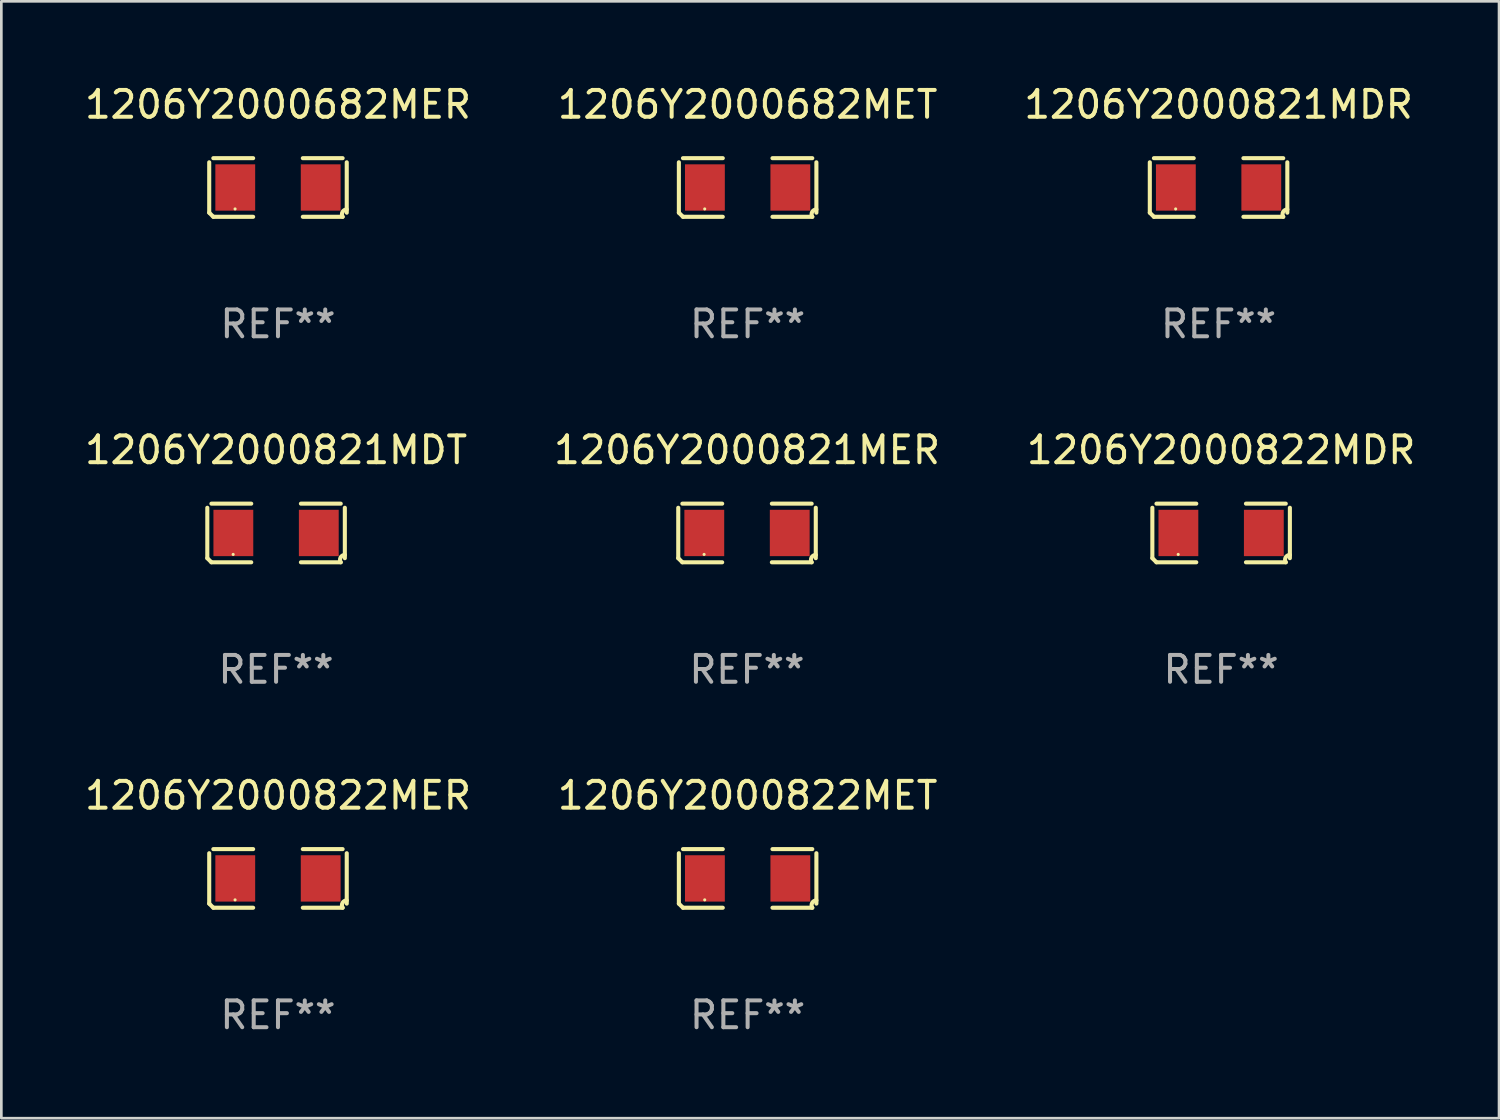
<source format=kicad_pcb>
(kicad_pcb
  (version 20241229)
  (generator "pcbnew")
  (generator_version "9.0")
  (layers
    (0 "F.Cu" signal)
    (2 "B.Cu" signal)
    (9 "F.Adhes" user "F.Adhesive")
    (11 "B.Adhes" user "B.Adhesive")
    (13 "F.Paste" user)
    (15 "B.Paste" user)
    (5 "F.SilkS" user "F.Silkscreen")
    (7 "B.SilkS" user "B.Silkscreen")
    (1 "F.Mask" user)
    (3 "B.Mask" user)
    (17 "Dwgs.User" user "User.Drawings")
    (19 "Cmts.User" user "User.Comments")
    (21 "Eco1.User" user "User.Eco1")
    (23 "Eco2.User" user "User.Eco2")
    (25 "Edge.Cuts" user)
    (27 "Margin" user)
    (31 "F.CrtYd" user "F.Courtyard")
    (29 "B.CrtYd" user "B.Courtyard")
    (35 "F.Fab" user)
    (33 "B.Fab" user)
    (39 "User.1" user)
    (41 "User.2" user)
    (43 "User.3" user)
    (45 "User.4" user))
  (footprint "1206Y2000822MDR"
    (layer "F.Cu")
    (at 42.482 16.823)
    (property "Reference" "1206Y2000822MDR" (at 0 -3.093 0) (layer "F.SilkS") (effects (font (size 1 1) (thickness 0.15))))
    (attr through_hole)
    (fp_line (start -2.564 0.94) (end -2.564 -0.94) (stroke (width 0.152) (type solid)) (layer "F.SilkS"))
    (fp_line (start -2.411 -1.093) (end -0.926 -1.093) (stroke (width 0.152) (type solid)) (layer "F.SilkS"))
    (fp_line (start -0.926 1.093) (end -2.411 1.093) (stroke (width 0.152) (type solid)) (layer "F.SilkS"))
    (fp_line (start 0.926 1.093) (end 2.411 1.093) (stroke (width 0.152) (type solid)) (layer "F.SilkS"))
    (fp_line (start 2.411 -1.093) (end 0.926 -1.093) (stroke (width 0.152) (type solid)) (layer "F.SilkS"))
    (fp_line (start 2.564 0.94) (end 2.564 -0.94) (stroke (width 0.152) (type solid)) (layer "F.SilkS"))
    (fp_arc (start -2.411201 1.092609) (mid -2.487413 1.01642) (end -2.563602 0.940208) (stroke (width 0.1524) (type solid)) (layer "F.SilkS"))
    (fp_arc (start 2.411201 1.092609) (mid 2.407159 0.911226) (end 2.563602 0.819347) (stroke (width 0.1524) (type solid)) (layer "F.SilkS"))
    (fp_circle (center -1.6 0.8) (end -1.57 0.8) (stroke (width 0.06) (type solid)) (fill no) (layer "F.SilkS"))
    (fp_text user "REF**" (at 0 5.093 0) (layer "F.Fab") (effects (font (size 1 1) (thickness 0.15))))
    (pad "1" smd rect (at -1.593 0) (size 1.485 1.728) (layers "F.Cu" "F.Mask" "F.Paste"))
    (pad "2" smd rect (at 1.593 0) (size 1.485 1.728) (layers "F.Cu" "F.Mask" "F.Paste")))
  (footprint "1206Y2000821MER"
    (layer "F.Cu")
    (at 24.804 16.823)
    (property "Reference" "1206Y2000821MER" (at 0 -3.093 0) (layer "F.SilkS") (effects (font (size 1 1) (thickness 0.15))))
    (attr through_hole)
    (fp_line (start -2.564 0.94) (end -2.564 -0.94) (stroke (width 0.152) (type solid)) (layer "F.SilkS"))
    (fp_line (start -2.411 -1.093) (end -0.926 -1.093) (stroke (width 0.152) (type solid)) (layer "F.SilkS"))
    (fp_line (start -0.926 1.093) (end -2.411 1.093) (stroke (width 0.152) (type solid)) (layer "F.SilkS"))
    (fp_line (start 0.926 1.093) (end 2.411 1.093) (stroke (width 0.152) (type solid)) (layer "F.SilkS"))
    (fp_line (start 2.411 -1.093) (end 0.926 -1.093) (stroke (width 0.152) (type solid)) (layer "F.SilkS"))
    (fp_line (start 2.564 0.94) (end 2.564 -0.94) (stroke (width 0.152) (type solid)) (layer "F.SilkS"))
    (fp_arc (start -2.411201 1.092609) (mid -2.487413 1.01642) (end -2.563602 0.940208) (stroke (width 0.1524) (type solid)) (layer "F.SilkS"))
    (fp_arc (start 2.411201 1.092609) (mid 2.407159 0.911226) (end 2.563602 0.819347) (stroke (width 0.1524) (type solid)) (layer "F.SilkS"))
    (fp_circle (center -1.6 0.8) (end -1.57 0.8) (stroke (width 0.06) (type solid)) (fill no) (layer "F.SilkS"))
    (fp_text user "REF**" (at 0 5.093 0) (layer "F.Fab") (effects (font (size 1 1) (thickness 0.15))))
    (pad "1" smd rect (at -1.593 0) (size 1.485 1.728) (layers "F.Cu" "F.Mask" "F.Paste"))
    (pad "2" smd rect (at 1.593 0) (size 1.485 1.728) (layers "F.Cu" "F.Mask" "F.Paste")))
  (footprint "1206Y2000822MER"
    (layer "F.Cu")
    (at 7.315 29.704)
    (property "Reference" "1206Y2000822MER" (at 0 -3.093 0) (layer "F.SilkS") (effects (font (size 1 1) (thickness 0.15))))
    (attr through_hole)
    (fp_line (start -2.564 0.94) (end -2.564 -0.94) (stroke (width 0.152) (type solid)) (layer "F.SilkS"))
    (fp_line (start -2.411 -1.093) (end -0.926 -1.093) (stroke (width 0.152) (type solid)) (layer "F.SilkS"))
    (fp_line (start -0.926 1.093) (end -2.411 1.093) (stroke (width 0.152) (type solid)) (layer "F.SilkS"))
    (fp_line (start 0.926 1.093) (end 2.411 1.093) (stroke (width 0.152) (type solid)) (layer "F.SilkS"))
    (fp_line (start 2.411 -1.093) (end 0.926 -1.093) (stroke (width 0.152) (type solid)) (layer "F.SilkS"))
    (fp_line (start 2.564 0.94) (end 2.564 -0.94) (stroke (width 0.152) (type solid)) (layer "F.SilkS"))
    (fp_arc (start -2.411201 1.092609) (mid -2.487413 1.01642) (end -2.563602 0.940208) (stroke (width 0.1524) (type solid)) (layer "F.SilkS"))
    (fp_arc (start 2.411201 1.092609) (mid 2.407159 0.911226) (end 2.563602 0.819347) (stroke (width 0.1524) (type solid)) (layer "F.SilkS"))
    (fp_circle (center -1.6 0.8) (end -1.57 0.8) (stroke (width 0.06) (type solid)) (fill no) (layer "F.SilkS"))
    (fp_text user "REF**" (at 0 5.093 0) (layer "F.Fab") (effects (font (size 1 1) (thickness 0.15))))
    (pad "1" smd rect (at -1.593 0) (size 1.485 1.728) (layers "F.Cu" "F.Mask" "F.Paste"))
    (pad "2" smd rect (at 1.593 0) (size 1.485 1.728) (layers "F.Cu" "F.Mask" "F.Paste")))
  (footprint "1206Y2000822MET"
    (layer "F.Cu")
    (at 24.827 29.704)
    (property "Reference" "1206Y2000822MET" (at 0 -3.093 0) (layer "F.SilkS") (effects (font (size 1 1) (thickness 0.15))))
    (attr through_hole)
    (fp_line (start -2.564 0.94) (end -2.564 -0.94) (stroke (width 0.152) (type solid)) (layer "F.SilkS"))
    (fp_line (start -2.411 -1.093) (end -0.926 -1.093) (stroke (width 0.152) (type solid)) (layer "F.SilkS"))
    (fp_line (start -0.926 1.093) (end -2.411 1.093) (stroke (width 0.152) (type solid)) (layer "F.SilkS"))
    (fp_line (start 0.926 1.093) (end 2.411 1.093) (stroke (width 0.152) (type solid)) (layer "F.SilkS"))
    (fp_line (start 2.411 -1.093) (end 0.926 -1.093) (stroke (width 0.152) (type solid)) (layer "F.SilkS"))
    (fp_line (start 2.564 0.94) (end 2.564 -0.94) (stroke (width 0.152) (type solid)) (layer "F.SilkS"))
    (fp_arc (start -2.411201 1.092609) (mid -2.487413 1.01642) (end -2.563602 0.940208) (stroke (width 0.1524) (type solid)) (layer "F.SilkS"))
    (fp_arc (start 2.411201 1.092609) (mid 2.407159 0.911226) (end 2.563602 0.819347) (stroke (width 0.1524) (type solid)) (layer "F.SilkS"))
    (fp_circle (center -1.6 0.8) (end -1.57 0.8) (stroke (width 0.06) (type solid)) (fill no) (layer "F.SilkS"))
    (fp_text user "REF**" (at 0 5.093 0) (layer "F.Fab") (effects (font (size 1 1) (thickness 0.15))))
    (pad "1" smd rect (at -1.593 0) (size 1.485 1.728) (layers "F.Cu" "F.Mask" "F.Paste"))
    (pad "2" smd rect (at 1.593 0) (size 1.485 1.728) (layers "F.Cu" "F.Mask" "F.Paste")))
  (footprint "1206Y2000821MDT"
    (layer "F.Cu")
    (at 7.244 16.823)
    (property "Reference" "1206Y2000821MDT" (at 0 -3.093 0) (layer "F.SilkS") (effects (font (size 1 1) (thickness 0.15))))
    (attr through_hole)
    (fp_line (start -2.564 0.94) (end -2.564 -0.94) (stroke (width 0.152) (type solid)) (layer "F.SilkS"))
    (fp_line (start -2.411 -1.093) (end -0.926 -1.093) (stroke (width 0.152) (type solid)) (layer "F.SilkS"))
    (fp_line (start -0.926 1.093) (end -2.411 1.093) (stroke (width 0.152) (type solid)) (layer "F.SilkS"))
    (fp_line (start 0.926 1.093) (end 2.411 1.093) (stroke (width 0.152) (type solid)) (layer "F.SilkS"))
    (fp_line (start 2.411 -1.093) (end 0.926 -1.093) (stroke (width 0.152) (type solid)) (layer "F.SilkS"))
    (fp_line (start 2.564 0.94) (end 2.564 -0.94) (stroke (width 0.152) (type solid)) (layer "F.SilkS"))
    (fp_arc (start -2.411201 1.092609) (mid -2.487413 1.01642) (end -2.563602 0.940208) (stroke (width 0.1524) (type solid)) (layer "F.SilkS"))
    (fp_arc (start 2.411201 1.092609) (mid 2.407159 0.911226) (end 2.563602 0.819347) (stroke (width 0.1524) (type solid)) (layer "F.SilkS"))
    (fp_circle (center -1.6 0.8) (end -1.57 0.8) (stroke (width 0.06) (type solid)) (fill no) (layer "F.SilkS"))
    (fp_text user "REF**" (at 0 5.093 0) (layer "F.Fab") (effects (font (size 1 1) (thickness 0.15))))
    (pad "1" smd rect (at -1.593 0) (size 1.485 1.728) (layers "F.Cu" "F.Mask" "F.Paste"))
    (pad "2" smd rect (at 1.593 0) (size 1.485 1.728) (layers "F.Cu" "F.Mask" "F.Paste")))
  (footprint "1206Y2000682MET"
    (layer "F.Cu")
    (at 24.827 3.941)
    (property "Reference" "1206Y2000682MET" (at 0 -3.093 0) (layer "F.SilkS") (effects (font (size 1 1) (thickness 0.15))))
    (attr through_hole)
    (fp_line (start -2.564 0.94) (end -2.564 -0.94) (stroke (width 0.152) (type solid)) (layer "F.SilkS"))
    (fp_line (start -2.411 -1.093) (end -0.926 -1.093) (stroke (width 0.152) (type solid)) (layer "F.SilkS"))
    (fp_line (start -0.926 1.093) (end -2.411 1.093) (stroke (width 0.152) (type solid)) (layer "F.SilkS"))
    (fp_line (start 0.926 1.093) (end 2.411 1.093) (stroke (width 0.152) (type solid)) (layer "F.SilkS"))
    (fp_line (start 2.411 -1.093) (end 0.926 -1.093) (stroke (width 0.152) (type solid)) (layer "F.SilkS"))
    (fp_line (start 2.564 0.94) (end 2.564 -0.94) (stroke (width 0.152) (type solid)) (layer "F.SilkS"))
    (fp_arc (start -2.411201 1.092609) (mid -2.487413 1.01642) (end -2.563602 0.940208) (stroke (width 0.1524) (type solid)) (layer "F.SilkS"))
    (fp_arc (start 2.411201 1.092609) (mid 2.407159 0.911226) (end 2.563602 0.819347) (stroke (width 0.1524) (type solid)) (layer "F.SilkS"))
    (fp_circle (center -1.6 0.8) (end -1.57 0.8) (stroke (width 0.06) (type solid)) (fill no) (layer "F.SilkS"))
    (fp_text user "REF**" (at 0 5.093 0) (layer "F.Fab") (effects (font (size 1 1) (thickness 0.15))))
    (pad "1" smd rect (at -1.593 0) (size 1.485 1.728) (layers "F.Cu" "F.Mask" "F.Paste"))
    (pad "2" smd rect (at 1.593 0) (size 1.485 1.728) (layers "F.Cu" "F.Mask" "F.Paste")))
  (footprint "1206Y2000682MER"
    (layer "F.Cu")
    (at 7.315 3.941)
    (property "Reference" "1206Y2000682MER" (at 0 -3.093 0) (layer "F.SilkS") (effects (font (size 1 1) (thickness 0.15))))
    (attr through_hole)
    (fp_line (start -2.564 0.94) (end -2.564 -0.94) (stroke (width 0.152) (type solid)) (layer "F.SilkS"))
    (fp_line (start -2.411 -1.093) (end -0.926 -1.093) (stroke (width 0.152) (type solid)) (layer "F.SilkS"))
    (fp_line (start -0.926 1.093) (end -2.411 1.093) (stroke (width 0.152) (type solid)) (layer "F.SilkS"))
    (fp_line (start 0.926 1.093) (end 2.411 1.093) (stroke (width 0.152) (type solid)) (layer "F.SilkS"))
    (fp_line (start 2.411 -1.093) (end 0.926 -1.093) (stroke (width 0.152) (type solid)) (layer "F.SilkS"))
    (fp_line (start 2.564 0.94) (end 2.564 -0.94) (stroke (width 0.152) (type solid)) (layer "F.SilkS"))
    (fp_arc (start -2.411201 1.092609) (mid -2.487413 1.01642) (end -2.563602 0.940208) (stroke (width 0.1524) (type solid)) (layer "F.SilkS"))
    (fp_arc (start 2.411201 1.092609) (mid 2.407159 0.911226) (end 2.563602 0.819347) (stroke (width 0.1524) (type solid)) (layer "F.SilkS"))
    (fp_circle (center -1.6 0.8) (end -1.57 0.8) (stroke (width 0.06) (type solid)) (fill no) (layer "F.SilkS"))
    (fp_text user "REF**" (at 0 5.093 0) (layer "F.Fab") (effects (font (size 1 1) (thickness 0.15))))
    (pad "1" smd rect (at -1.593 0) (size 1.485 1.728) (layers "F.Cu" "F.Mask" "F.Paste"))
    (pad "2" smd rect (at 1.593 0) (size 1.485 1.728) (layers "F.Cu" "F.Mask" "F.Paste")))
  (footprint "1206Y2000821MDR"
    (layer "F.Cu")
    (at 42.387 3.941)
    (property "Reference" "1206Y2000821MDR" (at 0 -3.093 0) (layer "F.SilkS") (effects (font (size 1 1) (thickness 0.15))))
    (attr through_hole)
    (fp_line (start -2.564 0.94) (end -2.564 -0.94) (stroke (width 0.152) (type solid)) (layer "F.SilkS"))
    (fp_line (start -2.411 -1.093) (end -0.926 -1.093) (stroke (width 0.152) (type solid)) (layer "F.SilkS"))
    (fp_line (start -0.926 1.093) (end -2.411 1.093) (stroke (width 0.152) (type solid)) (layer "F.SilkS"))
    (fp_line (start 0.926 1.093) (end 2.411 1.093) (stroke (width 0.152) (type solid)) (layer "F.SilkS"))
    (fp_line (start 2.411 -1.093) (end 0.926 -1.093) (stroke (width 0.152) (type solid)) (layer "F.SilkS"))
    (fp_line (start 2.564 0.94) (end 2.564 -0.94) (stroke (width 0.152) (type solid)) (layer "F.SilkS"))
    (fp_arc (start -2.411201 1.092609) (mid -2.487413 1.01642) (end -2.563602 0.940208) (stroke (width 0.1524) (type solid)) (layer "F.SilkS"))
    (fp_arc (start 2.411201 1.092609) (mid 2.407159 0.911226) (end 2.563602 0.819347) (stroke (width 0.1524) (type solid)) (layer "F.SilkS"))
    (fp_circle (center -1.6 0.8) (end -1.57 0.8) (stroke (width 0.06) (type solid)) (fill no) (layer "F.SilkS"))
    (fp_text user "REF**" (at 0 5.093 0) (layer "F.Fab") (effects (font (size 1 1) (thickness 0.15))))
    (pad "1" smd rect (at -1.593 0) (size 1.485 1.728) (layers "F.Cu" "F.Mask" "F.Paste"))
    (pad "2" smd rect (at 1.593 0) (size 1.485 1.728) (layers "F.Cu" "F.Mask" "F.Paste")))
  (gr_rect
    (start -3 -3)
    (end 52.845 38.645)
    (stroke (width 0.1) (type default))
    (fill no)
    (layer "Edge.Cuts")))
</source>
